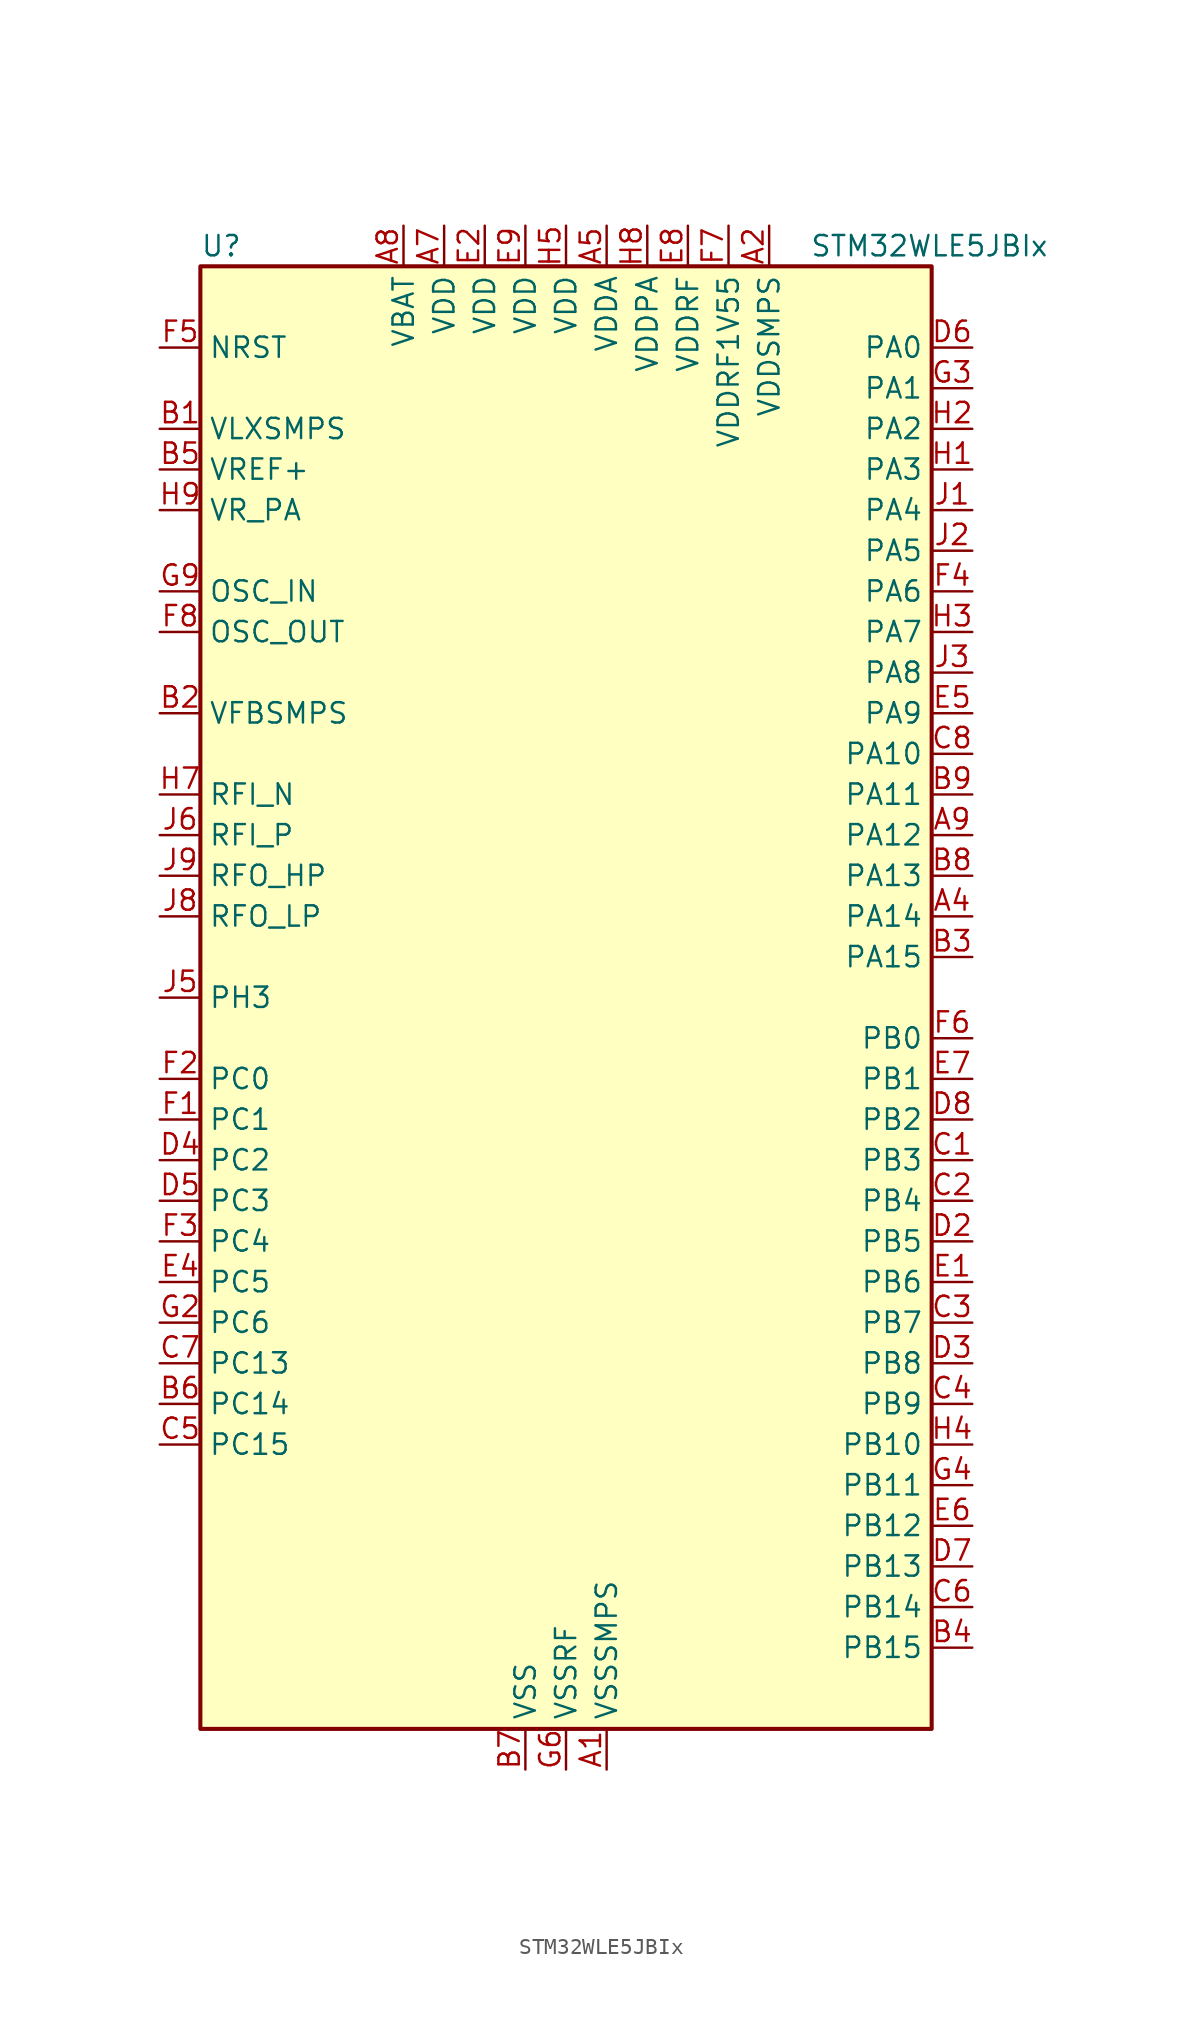
<source format=kicad_sym>
(kicad_symbol_lib
  (version 20241209)
  (generator "kicad_symbol_editor")
  (generator_version "9.0")
  (symbol "STM32WLE5JBIx"
    (property "Reference" "U"
      (at -22.86 46.99 0)
      (effects (font (size 1.27 1.27)) (justify left)))
    (property "Value" "STM32WLE5JBIx"
      (at 15.24 46.99 0)
      (effects (font (size 1.27 1.27)) (justify left)))
    (symbol "STM32WLE5JBIx_0_1"
      (rectangle (start -22.86 -45.72) (end 22.86 45.72) (stroke (width 0.254) (type default)) (fill (type background))))
    (symbol "STM32WLE5JBIx_1_1"
      (pin input line (at -25.4 40.64 0) (length 2.54) (name "NRST" (effects (font (size 1.27 1.27)))) (number "F5" (effects (font (size 1.27 1.27)))))
      (pin power_in line (at -25.4 35.56 0) (length 2.54) (name "VLXSMPS" (effects (font (size 1.27 1.27)))) (number "B1" (effects (font (size 1.27 1.27)))))
      (pin input line (at -25.4 33.02 0) (length 2.54) (name "VREF+" (effects (font (size 1.27 1.27)))) (number "B5" (effects (font (size 1.27 1.27)))) (alternate "VREFBUF_OUT" bidirectional line))
      (pin power_in line (at -25.4 30.48 0) (length 2.54) (name "VR_PA" (effects (font (size 1.27 1.27)))) (number "H9" (effects (font (size 1.27 1.27)))))
      (pin input line (at -25.4 25.4 0) (length 2.54) (name "OSC_IN" (effects (font (size 1.27 1.27)))) (number "G9" (effects (font (size 1.27 1.27)))) (alternate "RCC_OSC_IN" bidirectional line))
      (pin input line (at -25.4 22.86 0) (length 2.54) (name "OSC_OUT" (effects (font (size 1.27 1.27)))) (number "F8" (effects (font (size 1.27 1.27)))) (alternate "RCC_OSC_OUT" bidirectional line))
      (pin input line (at -25.4 17.78 0) (length 2.54) (name "VFBSMPS" (effects (font (size 1.27 1.27)))) (number "B2" (effects (font (size 1.27 1.27)))))
      (pin bidirectional line (at -25.4 12.7 0) (length 2.54) (name "RFI_N" (effects (font (size 1.27 1.27)))) (number "H7" (effects (font (size 1.27 1.27)))))
      (pin bidirectional line (at -25.4 10.16 0) (length 2.54) (name "RFI_P" (effects (font (size 1.27 1.27)))) (number "J6" (effects (font (size 1.27 1.27)))))
      (pin bidirectional line (at -25.4 7.62 0) (length 2.54) (name "RFO_HP" (effects (font (size 1.27 1.27)))) (number "J9" (effects (font (size 1.27 1.27)))))
      (pin bidirectional line (at -25.4 5.08 0) (length 2.54) (name "RFO_LP" (effects (font (size 1.27 1.27)))) (number "J8" (effects (font (size 1.27 1.27)))))
      (pin bidirectional line (at -25.4 0 0) (length 2.54) (name "PH3" (effects (font (size 1.27 1.27)))) (number "J5" (effects (font (size 1.27 1.27)))))
      (pin bidirectional line (at -25.4 -5.08 0) (length 2.54) (name "PC0" (effects (font (size 1.27 1.27)))) (number "F2" (effects (font (size 1.27 1.27)))) (alternate "I2C3_SCL" bidirectional line) (alternate "LPTIM1_IN1" bidirectional line) (alternate "LPTIM2_IN1" bidirectional line) (alternate "LPUART1_RX" bidirectional line))
      (pin bidirectional line (at -25.4 -7.62 0) (length 2.54) (name "PC1" (effects (font (size 1.27 1.27)))) (number "F1" (effects (font (size 1.27 1.27)))) (alternate "I2C3_SDA" bidirectional line) (alternate "I2S2_SD" bidirectional line) (alternate "LPTIM1_OUT" bidirectional line) (alternate "LPUART1_TX" bidirectional line) (alternate "SPI2_MOSI" bidirectional line))
      (pin bidirectional line (at -25.4 -10.16 0) (length 2.54) (name "PC2" (effects (font (size 1.27 1.27)))) (number "D4" (effects (font (size 1.27 1.27)))) (alternate "LPTIM1_IN2" bidirectional line) (alternate "SPI2_MISO" bidirectional line))
      (pin bidirectional line (at -25.4 -12.7 0) (length 2.54) (name "PC3" (effects (font (size 1.27 1.27)))) (number "D5" (effects (font (size 1.27 1.27)))) (alternate "I2S2_SD" bidirectional line) (alternate "LPTIM1_ETR" bidirectional line) (alternate "LPTIM2_ETR" bidirectional line) (alternate "SPI2_MOSI" bidirectional line))
      (pin bidirectional line (at -25.4 -15.24 0) (length 2.54) (name "PC4" (effects (font (size 1.27 1.27)))) (number "F3" (effects (font (size 1.27 1.27)))))
      (pin bidirectional line (at -25.4 -17.78 0) (length 2.54) (name "PC5" (effects (font (size 1.27 1.27)))) (number "E4" (effects (font (size 1.27 1.27)))))
      (pin bidirectional line (at -25.4 -20.32 0) (length 2.54) (name "PC6" (effects (font (size 1.27 1.27)))) (number "G2" (effects (font (size 1.27 1.27)))) (alternate "I2S2_MCK" bidirectional line))
      (pin bidirectional line (at -25.4 -22.86 0) (length 2.54) (name "PC13" (effects (font (size 1.27 1.27)))) (number "C7" (effects (font (size 1.27 1.27)))) (alternate "PWR_WKUP2" bidirectional line) (alternate "RTC_OUT1" bidirectional line) (alternate "RTC_TAMP_IN1" bidirectional line) (alternate "RTC_TS" bidirectional line))
      (pin bidirectional line (at -25.4 -25.4 0) (length 2.54) (name "PC14" (effects (font (size 1.27 1.27)))) (number "B6" (effects (font (size 1.27 1.27)))) (alternate "RCC_OSC32_IN" bidirectional line))
      (pin bidirectional line (at -25.4 -27.94 0) (length 2.54) (name "PC15" (effects (font (size 1.27 1.27)))) (number "C5" (effects (font (size 1.27 1.27)))) (alternate "RCC_OSC32_OUT" bidirectional line))
      (pin power_in line (at -10.16 48.26 270) (length 2.54) (name "VBAT" (effects (font (size 1.27 1.27)))) (number "A8" (effects (font (size 1.27 1.27)))))
      (pin power_in line (at -7.62 48.26 270) (length 2.54) (name "VDD" (effects (font (size 1.27 1.27)))) (number "A7" (effects (font (size 1.27 1.27)))))
      (pin power_in line (at -5.08 48.26 270) (length 2.54) (name "VDD" (effects (font (size 1.27 1.27)))) (number "E2" (effects (font (size 1.27 1.27)))))
      (pin power_in line (at -2.54 48.26 270) (length 2.54) (name "VDD" (effects (font (size 1.27 1.27)))) (number "E9" (effects (font (size 1.27 1.27)))))
      (pin power_in line (at -2.54 -48.26 90) (length 2.54) (name "VSS" (effects (font (size 1.27 1.27)))) (number "B7" (effects (font (size 1.27 1.27)))))
      (pin passive line (at -2.54 -48.26 90) (length 2.54) (hide yes) (name "VSS" (effects (font (size 1.27 1.27)))) (number "D9" (effects (font (size 1.27 1.27)))))
      (pin passive line (at -2.54 -48.26 90) (length 2.54) (hide yes) (name "VSS" (effects (font (size 1.27 1.27)))) (number "E3" (effects (font (size 1.27 1.27)))))
      (pin passive line (at -2.54 -48.26 90) (length 2.54) (hide yes) (name "VSS" (effects (font (size 1.27 1.27)))) (number "G5" (effects (font (size 1.27 1.27)))))
      (pin power_in line (at 0 48.26 270) (length 2.54) (name "VDD" (effects (font (size 1.27 1.27)))) (number "H5" (effects (font (size 1.27 1.27)))))
      (pin power_in line (at 0 -48.26 90) (length 2.54) (name "VSSRF" (effects (font (size 1.27 1.27)))) (number "G6" (effects (font (size 1.27 1.27)))))
      (pin passive line (at 0 -48.26 90) (length 2.54) (hide yes) (name "VSSRF" (effects (font (size 1.27 1.27)))) (number "G7" (effects (font (size 1.27 1.27)))))
      (pin passive line (at 0 -48.26 90) (length 2.54) (hide yes) (name "VSSRF" (effects (font (size 1.27 1.27)))) (number "G8" (effects (font (size 1.27 1.27)))))
      (pin passive line (at 0 -48.26 90) (length 2.54) (hide yes) (name "VSSRF" (effects (font (size 1.27 1.27)))) (number "H6" (effects (font (size 1.27 1.27)))))
      (pin power_in line (at 2.54 48.26 270) (length 2.54) (name "VDDA" (effects (font (size 1.27 1.27)))) (number "A5" (effects (font (size 1.27 1.27)))))
      (pin power_in line (at 2.54 -48.26 90) (length 2.54) (name "VSSSMPS" (effects (font (size 1.27 1.27)))) (number "A1" (effects (font (size 1.27 1.27)))))
      (pin power_in line (at 5.08 48.26 270) (length 2.54) (name "VDDPA" (effects (font (size 1.27 1.27)))) (number "H8" (effects (font (size 1.27 1.27)))))
      (pin power_in line (at 7.62 48.26 270) (length 2.54) (name "VDDRF" (effects (font (size 1.27 1.27)))) (number "E8" (effects (font (size 1.27 1.27)))))
      (pin power_in line (at 10.16 48.26 270) (length 2.54) (name "VDDRF1V55" (effects (font (size 1.27 1.27)))) (number "F7" (effects (font (size 1.27 1.27)))))
      (pin power_in line (at 12.7 48.26 270) (length 2.54) (name "VDDSMPS" (effects (font (size 1.27 1.27)))) (number "A2" (effects (font (size 1.27 1.27)))))
      (pin bidirectional line (at 25.4 40.64 180) (length 2.54) (name "PA0" (effects (font (size 1.27 1.27)))) (number "D6" (effects (font (size 1.27 1.27)))) (alternate "COMP1_OUT" bidirectional line) (alternate "DEBUG_PWR-REGLP1S" bidirectional line) (alternate "I2C3_SMBA" bidirectional line) (alternate "I2S_CKIN" bidirectional line) (alternate "PWR_WKUP1" bidirectional line) (alternate "RTC_TAMP_IN2" bidirectional line) (alternate "TIM2_CH1" bidirectional line) (alternate "TIM2_ETR" bidirectional line) (alternate "USART2_CTS" bidirectional line) (alternate "USART2_NSS" bidirectional line))
      (pin bidirectional line (at 25.4 38.1 180) (length 2.54) (name "PA1" (effects (font (size 1.27 1.27)))) (number "G3" (effects (font (size 1.27 1.27)))) (alternate "DEBUG_PWR-REGLP2S" bidirectional line) (alternate "I2C1_SMBA" bidirectional line) (alternate "LPTIM3_OUT" bidirectional line) (alternate "LPUART1_RTS" bidirectional line) (alternate "SPI1_SCK" bidirectional line) (alternate "TIM2_CH2" bidirectional line) (alternate "USART2_DE" bidirectional line) (alternate "USART2_RTS" bidirectional line))
      (pin bidirectional line (at 25.4 35.56 180) (length 2.54) (name "PA2" (effects (font (size 1.27 1.27)))) (number "H2" (effects (font (size 1.27 1.27)))) (alternate "COMP2_OUT" bidirectional line) (alternate "DEBUG_PWR-LDORDY" bidirectional line) (alternate "LPUART1_TX" bidirectional line) (alternate "RCC_LSCO" bidirectional line) (alternate "TIM2_CH3" bidirectional line) (alternate "USART2_TX" bidirectional line))
      (pin bidirectional line (at 25.4 33.02 180) (length 2.54) (name "PA3" (effects (font (size 1.27 1.27)))) (number "H1" (effects (font (size 1.27 1.27)))) (alternate "I2S2_MCK" bidirectional line) (alternate "LPUART1_RX" bidirectional line) (alternate "TIM2_CH4" bidirectional line) (alternate "USART2_RX" bidirectional line))
      (pin bidirectional line (at 25.4 30.48 180) (length 2.54) (name "PA4" (effects (font (size 1.27 1.27)))) (number "J1" (effects (font (size 1.27 1.27)))) (alternate "DEBUG_SUBGHZSPI-NSSOUT" bidirectional line) (alternate "LPTIM1_OUT" bidirectional line) (alternate "LPTIM2_OUT" bidirectional line) (alternate "RTC_OUT2" bidirectional line) (alternate "SPI1_NSS" bidirectional line) (alternate "USART2_CK" bidirectional line))
      (pin bidirectional line (at 25.4 27.94 180) (length 2.54) (name "PA5" (effects (font (size 1.27 1.27)))) (number "J2" (effects (font (size 1.27 1.27)))) (alternate "DEBUG_SUBGHZSPI-SCKOUT" bidirectional line) (alternate "LPTIM2_ETR" bidirectional line) (alternate "SPI1_SCK" bidirectional line) (alternate "SPI2_MISO" bidirectional line) (alternate "TIM2_CH1" bidirectional line) (alternate "TIM2_ETR" bidirectional line))
      (pin bidirectional line (at 25.4 25.4 180) (length 2.54) (name "PA6" (effects (font (size 1.27 1.27)))) (number "F4" (effects (font (size 1.27 1.27)))) (alternate "DEBUG_SUBGHZSPI-MISOOUT" bidirectional line) (alternate "I2C2_SMBA" bidirectional line) (alternate "LPUART1_CTS" bidirectional line) (alternate "SPI1_MISO" bidirectional line) (alternate "TIM16_CH1" bidirectional line) (alternate "TIM1_BKIN" bidirectional line))
      (pin bidirectional line (at 25.4 22.86 180) (length 2.54) (name "PA7" (effects (font (size 1.27 1.27)))) (number "H3" (effects (font (size 1.27 1.27)))) (alternate "COMP2_OUT" bidirectional line) (alternate "DEBUG_SUBGHZSPI-MOSIOUT" bidirectional line) (alternate "I2C3_SCL" bidirectional line) (alternate "SPI1_MOSI" bidirectional line) (alternate "TIM17_CH1" bidirectional line) (alternate "TIM1_CH1N" bidirectional line))
      (pin bidirectional line (at 25.4 20.32 180) (length 2.54) (name "PA8" (effects (font (size 1.27 1.27)))) (number "J3" (effects (font (size 1.27 1.27)))) (alternate "I2S2_CK" bidirectional line) (alternate "LPTIM2_OUT" bidirectional line) (alternate "RCC_MCO" bidirectional line) (alternate "SPI2_SCK" bidirectional line) (alternate "TIM1_CH1" bidirectional line) (alternate "USART1_CK" bidirectional line))
      (pin bidirectional line (at 25.4 17.78 180) (length 2.54) (name "PA9" (effects (font (size 1.27 1.27)))) (number "E5" (effects (font (size 1.27 1.27)))) (alternate "DAC_EXTI9" bidirectional line) (alternate "I2C1_SCL" bidirectional line) (alternate "I2S2_CK" bidirectional line) (alternate "I2S2_WS" bidirectional line) (alternate "SPI2_NSS" bidirectional line) (alternate "SPI2_SCK" bidirectional line) (alternate "TIM1_CH2" bidirectional line) (alternate "USART1_TX" bidirectional line))
      (pin bidirectional line (at 25.4 15.24 180) (length 2.54) (name "PA10" (effects (font (size 1.27 1.27)))) (number "C8" (effects (font (size 1.27 1.27)))) (alternate "ADC_IN6" bidirectional line) (alternate "COMP1_INM" bidirectional line) (alternate "COMP2_INM" bidirectional line) (alternate "DAC_OUT1" bidirectional line) (alternate "DEBUG_RF-HSE32RDY" bidirectional line) (alternate "I2C1_SDA" bidirectional line) (alternate "I2S2_SD" bidirectional line) (alternate "RTC_REFIN" bidirectional line) (alternate "SPI2_MOSI" bidirectional line) (alternate "TIM17_BKIN" bidirectional line) (alternate "TIM1_CH3" bidirectional line) (alternate "USART1_RX" bidirectional line))
      (pin bidirectional line (at 25.4 12.7 180) (length 2.54) (name "PA11" (effects (font (size 1.27 1.27)))) (number "B9" (effects (font (size 1.27 1.27)))) (alternate "ADC_EXTI11" bidirectional line) (alternate "ADC_IN7" bidirectional line) (alternate "COMP1_INM" bidirectional line) (alternate "COMP2_INM" bidirectional line) (alternate "DEBUG_RF-NRESET" bidirectional line) (alternate "I2C2_SDA" bidirectional line) (alternate "LPTIM3_ETR" bidirectional line) (alternate "SPI1_MISO" bidirectional line) (alternate "TIM1_BKIN2" bidirectional line) (alternate "TIM1_CH4" bidirectional line) (alternate "USART1_CTS" bidirectional line) (alternate "USART1_NSS" bidirectional line))
      (pin bidirectional line (at 25.4 10.16 180) (length 2.54) (name "PA12" (effects (font (size 1.27 1.27)))) (number "A9" (effects (font (size 1.27 1.27)))) (alternate "ADC_IN8" bidirectional line) (alternate "DEBUG_RF-BUSY" bidirectional line) (alternate "I2C2_SCL" bidirectional line) (alternate "LPTIM3_IN1" bidirectional line) (alternate "SPI1_MOSI" bidirectional line) (alternate "TIM1_ETR" bidirectional line) (alternate "USART1_DE" bidirectional line) (alternate "USART1_RTS" bidirectional line))
      (pin bidirectional line (at 25.4 7.62 180) (length 2.54) (name "PA13" (effects (font (size 1.27 1.27)))) (number "B8" (effects (font (size 1.27 1.27)))) (alternate "ADC_IN9" bidirectional line) (alternate "DEBUG_JTMS-SWDIO" bidirectional line) (alternate "I2C2_SMBA" bidirectional line) (alternate "IR_OUT" bidirectional line))
      (pin bidirectional line (at 25.4 5.08 180) (length 2.54) (name "PA14" (effects (font (size 1.27 1.27)))) (number "A4" (effects (font (size 1.27 1.27)))) (alternate "ADC_IN10" bidirectional line) (alternate "DEBUG_JTCK-SWCLK" bidirectional line) (alternate "I2C1_SMBA" bidirectional line) (alternate "LPTIM1_OUT" bidirectional line))
      (pin bidirectional line (at 25.4 2.54 180) (length 2.54) (name "PA15" (effects (font (size 1.27 1.27)))) (number "B3" (effects (font (size 1.27 1.27)))) (alternate "ADC_IN11" bidirectional line) (alternate "COMP1_INM" bidirectional line) (alternate "COMP2_INP" bidirectional line) (alternate "DEBUG_JTDI" bidirectional line) (alternate "I2C2_SDA" bidirectional line) (alternate "SPI1_NSS" bidirectional line) (alternate "TIM2_CH1" bidirectional line) (alternate "TIM2_ETR" bidirectional line))
      (pin bidirectional line (at 25.4 -2.54 180) (length 2.54) (name "PB0" (effects (font (size 1.27 1.27)))) (number "F6" (effects (font (size 1.27 1.27)))) (alternate "COMP1_OUT" bidirectional line) (alternate "VDDTCXO" bidirectional line))
      (pin bidirectional line (at 25.4 -5.08 180) (length 2.54) (name "PB1" (effects (font (size 1.27 1.27)))) (number "E7" (effects (font (size 1.27 1.27)))) (alternate "ADC_IN5" bidirectional line) (alternate "COMP2_INP" bidirectional line) (alternate "LPTIM2_IN1" bidirectional line) (alternate "LPUART1_DE" bidirectional line) (alternate "LPUART1_RTS" bidirectional line))
      (pin bidirectional line (at 25.4 -7.62 180) (length 2.54) (name "PB2" (effects (font (size 1.27 1.27)))) (number "D8" (effects (font (size 1.27 1.27)))) (alternate "ADC_IN4" bidirectional line) (alternate "COMP1_INP" bidirectional line) (alternate "COMP2_INM" bidirectional line) (alternate "DEBUG_RF-SMPSRDY" bidirectional line) (alternate "I2C3_SMBA" bidirectional line) (alternate "LPTIM1_OUT" bidirectional line) (alternate "SPI1_NSS" bidirectional line))
      (pin bidirectional line (at 25.4 -10.16 180) (length 2.54) (name "PB3" (effects (font (size 1.27 1.27)))) (number "C1" (effects (font (size 1.27 1.27)))) (alternate "ADC_IN2" bidirectional line) (alternate "COMP1_INM" bidirectional line) (alternate "COMP2_INM" bidirectional line) (alternate "DEBUG_JTDO-SWO" bidirectional line) (alternate "DEBUG_RF-DTB1" bidirectional line) (alternate "PWR_WKUP3" bidirectional line) (alternate "RTC_TAMP_IN3" bidirectional line) (alternate "SPI1_SCK" bidirectional line) (alternate "TIM2_CH2" bidirectional line) (alternate "USART1_DE" bidirectional line) (alternate "USART1_RTS" bidirectional line))
      (pin bidirectional line (at 25.4 -12.7 180) (length 2.54) (name "PB4" (effects (font (size 1.27 1.27)))) (number "C2" (effects (font (size 1.27 1.27)))) (alternate "ADC_IN3" bidirectional line) (alternate "COMP1_INP" bidirectional line) (alternate "COMP2_INP" bidirectional line) (alternate "DEBUG_JTRST" bidirectional line) (alternate "DEBUG_RF-LDORDY" bidirectional line) (alternate "I2C3_SDA" bidirectional line) (alternate "SPI1_MISO" bidirectional line) (alternate "TIM17_BKIN" bidirectional line) (alternate "USART1_CTS" bidirectional line) (alternate "USART1_NSS" bidirectional line))
      (pin bidirectional line (at 25.4 -15.24 180) (length 2.54) (name "PB5" (effects (font (size 1.27 1.27)))) (number "D2" (effects (font (size 1.27 1.27)))) (alternate "COMP2_OUT" bidirectional line) (alternate "I2C1_SMBA" bidirectional line) (alternate "LPTIM1_IN1" bidirectional line) (alternate "SPI1_MOSI" bidirectional line) (alternate "TIM16_BKIN" bidirectional line) (alternate "USART1_CK" bidirectional line))
      (pin bidirectional line (at 25.4 -17.78 180) (length 2.54) (name "PB6" (effects (font (size 1.27 1.27)))) (number "E1" (effects (font (size 1.27 1.27)))) (alternate "I2C1_SCL" bidirectional line) (alternate "LPTIM1_ETR" bidirectional line) (alternate "TIM16_CH1N" bidirectional line) (alternate "USART1_TX" bidirectional line))
      (pin bidirectional line (at 25.4 -20.32 180) (length 2.54) (name "PB7" (effects (font (size 1.27 1.27)))) (number "C3" (effects (font (size 1.27 1.27)))) (alternate "I2C1_SDA" bidirectional line) (alternate "LPTIM1_IN2" bidirectional line) (alternate "PWR_PVD_IN" bidirectional line) (alternate "TIM17_CH1N" bidirectional line) (alternate "TIM1_BKIN" bidirectional line) (alternate "USART1_RX" bidirectional line))
      (pin bidirectional line (at 25.4 -22.86 180) (length 2.54) (name "PB8" (effects (font (size 1.27 1.27)))) (number "D3" (effects (font (size 1.27 1.27)))) (alternate "I2C1_SCL" bidirectional line) (alternate "TIM16_CH1" bidirectional line) (alternate "TIM1_CH2N" bidirectional line))
      (pin bidirectional line (at 25.4 -25.4 180) (length 2.54) (name "PB9" (effects (font (size 1.27 1.27)))) (number "C4" (effects (font (size 1.27 1.27)))) (alternate "DAC_EXTI9" bidirectional line) (alternate "I2C1_SDA" bidirectional line) (alternate "I2S2_WS" bidirectional line) (alternate "IR_OUT" bidirectional line) (alternate "SPI2_NSS" bidirectional line) (alternate "TIM17_CH1" bidirectional line) (alternate "TIM1_CH3N" bidirectional line))
      (pin bidirectional line (at 25.4 -27.94 180) (length 2.54) (name "PB10" (effects (font (size 1.27 1.27)))) (number "H4" (effects (font (size 1.27 1.27)))) (alternate "COMP1_OUT" bidirectional line) (alternate "I2C3_SCL" bidirectional line) (alternate "I2S2_CK" bidirectional line) (alternate "LPUART1_RX" bidirectional line) (alternate "SPI2_SCK" bidirectional line) (alternate "TIM2_CH3" bidirectional line))
      (pin bidirectional line (at 25.4 -30.48 180) (length 2.54) (name "PB11" (effects (font (size 1.27 1.27)))) (number "G4" (effects (font (size 1.27 1.27)))) (alternate "ADC_EXTI11" bidirectional line) (alternate "COMP2_OUT" bidirectional line) (alternate "I2C3_SDA" bidirectional line) (alternate "LPUART1_TX" bidirectional line) (alternate "TIM2_CH4" bidirectional line))
      (pin bidirectional line (at 25.4 -33.02 180) (length 2.54) (name "PB12" (effects (font (size 1.27 1.27)))) (number "E6" (effects (font (size 1.27 1.27)))) (alternate "I2C3_SMBA" bidirectional line) (alternate "I2S2_WS" bidirectional line) (alternate "LPUART1_RTS" bidirectional line) (alternate "SPI2_NSS" bidirectional line) (alternate "TIM1_BKIN" bidirectional line))
      (pin bidirectional line (at 25.4 -35.56 180) (length 2.54) (name "PB13" (effects (font (size 1.27 1.27)))) (number "D7" (effects (font (size 1.27 1.27)))) (alternate "ADC_IN0" bidirectional line) (alternate "I2C3_SCL" bidirectional line) (alternate "I2S2_CK" bidirectional line) (alternate "LPUART1_CTS" bidirectional line) (alternate "SPI2_SCK" bidirectional line) (alternate "TIM1_CH1N" bidirectional line))
      (pin bidirectional line (at 25.4 -38.1 180) (length 2.54) (name "PB14" (effects (font (size 1.27 1.27)))) (number "C6" (effects (font (size 1.27 1.27)))) (alternate "ADC_IN1" bidirectional line) (alternate "I2C3_SDA" bidirectional line) (alternate "I2S2_MCK" bidirectional line) (alternate "SPI2_MISO" bidirectional line) (alternate "TIM1_CH2N" bidirectional line))
      (pin bidirectional line (at 25.4 -40.64 180) (length 2.54) (name "PB15" (effects (font (size 1.27 1.27)))) (number "B4" (effects (font (size 1.27 1.27)))) (alternate "I2C2_SCL" bidirectional line) (alternate "I2S2_SD" bidirectional line) (alternate "SPI2_MOSI" bidirectional line) (alternate "TIM1_CH3N" bidirectional line)))))
</source>
